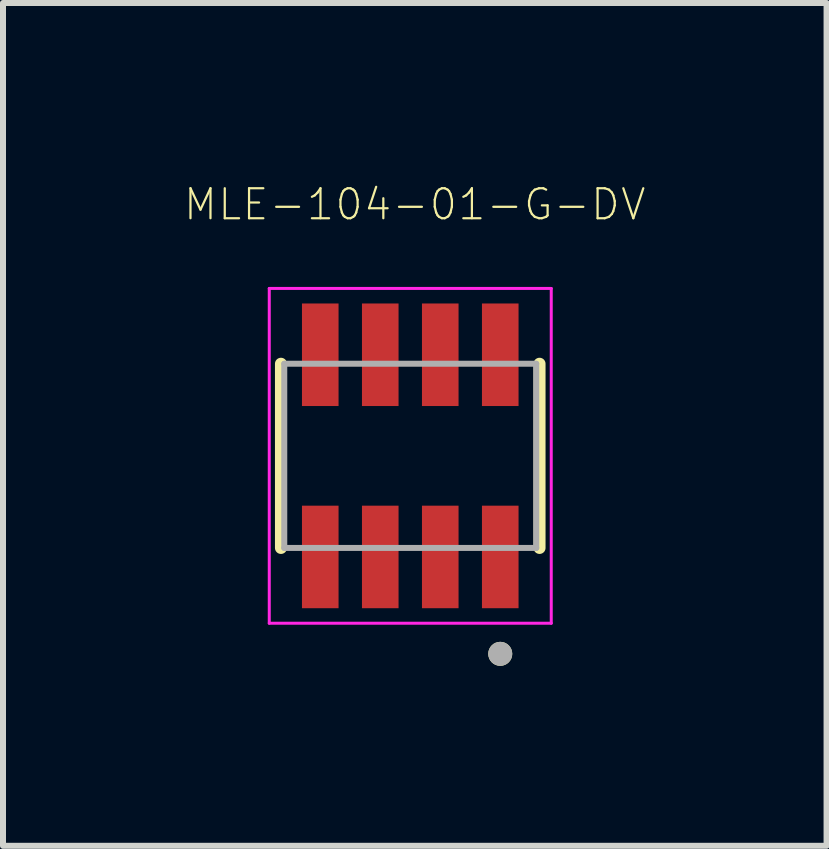
<source format=kicad_pcb>
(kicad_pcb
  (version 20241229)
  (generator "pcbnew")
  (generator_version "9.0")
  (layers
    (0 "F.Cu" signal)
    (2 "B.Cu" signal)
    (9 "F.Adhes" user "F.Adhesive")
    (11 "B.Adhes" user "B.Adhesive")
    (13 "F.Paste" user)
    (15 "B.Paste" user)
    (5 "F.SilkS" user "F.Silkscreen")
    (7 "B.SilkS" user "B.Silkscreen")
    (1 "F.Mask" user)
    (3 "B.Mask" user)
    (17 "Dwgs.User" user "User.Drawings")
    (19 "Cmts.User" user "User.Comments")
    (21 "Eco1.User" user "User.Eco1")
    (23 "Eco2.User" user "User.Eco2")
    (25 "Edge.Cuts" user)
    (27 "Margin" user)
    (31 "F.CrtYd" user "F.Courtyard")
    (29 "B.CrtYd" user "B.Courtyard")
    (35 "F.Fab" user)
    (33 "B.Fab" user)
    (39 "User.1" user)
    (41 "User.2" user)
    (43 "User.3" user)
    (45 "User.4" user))
  (footprint "MLE-104-01-G-DV"
    (layer "F.Cu")
    (at 3.788 4.548)
    (property "Reference" "MLE-104-01-G-DV" (at 0.075 -4.19 0) (layer "F.SilkS") (effects (font (size 0.5 0.5) (thickness 0.037))))
    (attr through_hole)
    (fp_line (start -2.155 1.535) (end -2.155 -1.535) (stroke (width 0.2) (type solid)) (layer "F.SilkS"))
    (fp_line (start 2.155 1.535) (end 2.155 -1.535) (stroke (width 0.2) (type solid)) (layer "F.SilkS"))
    (fp_circle (center 1.5 3.3) (end 1.6 3.3) (stroke (width 0.2) (type solid)) (fill no) (layer "F.SilkS"))
    (fp_line (start -2.35 -2.79) (end 2.35 -2.79) (stroke (width 0.05) (type solid)) (layer "F.CrtYd"))
    (fp_line (start -2.35 2.79) (end -2.35 -2.79) (stroke (width 0.05) (type solid)) (layer "F.CrtYd"))
    (fp_line (start 2.35 -2.79) (end 2.35 2.79) (stroke (width 0.05) (type solid)) (layer "F.CrtYd"))
    (fp_line (start 2.35 2.79) (end -2.35 2.79) (stroke (width 0.05) (type solid)) (layer "F.CrtYd"))
    (fp_line (start -2.1 -1.535) (end 2.1 -1.535) (stroke (width 0.1) (type solid)) (layer "F.Fab"))
    (fp_line (start -2.1 1.535) (end -2.1 -1.535) (stroke (width 0.1) (type solid)) (layer "F.Fab"))
    (fp_line (start 2.1 -1.535) (end 2.1 1.535) (stroke (width 0.1) (type solid)) (layer "F.Fab"))
    (fp_line (start 2.1 1.535) (end -2.1 1.535) (stroke (width 0.1) (type solid)) (layer "F.Fab"))
    (fp_circle (center 1.5 3.3) (end 1.6 3.3) (stroke (width 0.2) (type solid)) (fill no) (layer "F.Fab"))
    (pad "1" smd rect (at 1.5 1.685) (size 0.61 1.709) (layers "F.Cu" "F.Mask" "F.Paste"))
    (pad "2" smd rect (at 1.5 -1.685) (size 0.61 1.709) (layers "F.Cu" "F.Mask" "F.Paste"))
    (pad "3" smd rect (at 0.5 1.685) (size 0.61 1.709) (layers "F.Cu" "F.Mask" "F.Paste"))
    (pad "4" smd rect (at 0.5 -1.685) (size 0.61 1.709) (layers "F.Cu" "F.Mask" "F.Paste"))
    (pad "5" smd rect (at -0.5 1.685) (size 0.61 1.709) (layers "F.Cu" "F.Mask" "F.Paste"))
    (pad "6" smd rect (at -0.5 -1.685) (size 0.61 1.709) (layers "F.Cu" "F.Mask" "F.Paste"))
    (pad "7" smd rect (at -1.5 1.685) (size 0.61 1.709) (layers "F.Cu" "F.Mask" "F.Paste"))
    (pad "8" smd rect (at -1.5 -1.685) (size 0.61 1.709) (layers "F.Cu" "F.Mask" "F.Paste")))
  (gr_rect
    (start -3 -3)
    (end 10.727 11.048)
    (stroke (width 0.1) (type default))
    (fill no)
    (layer "Edge.Cuts")))
</source>
